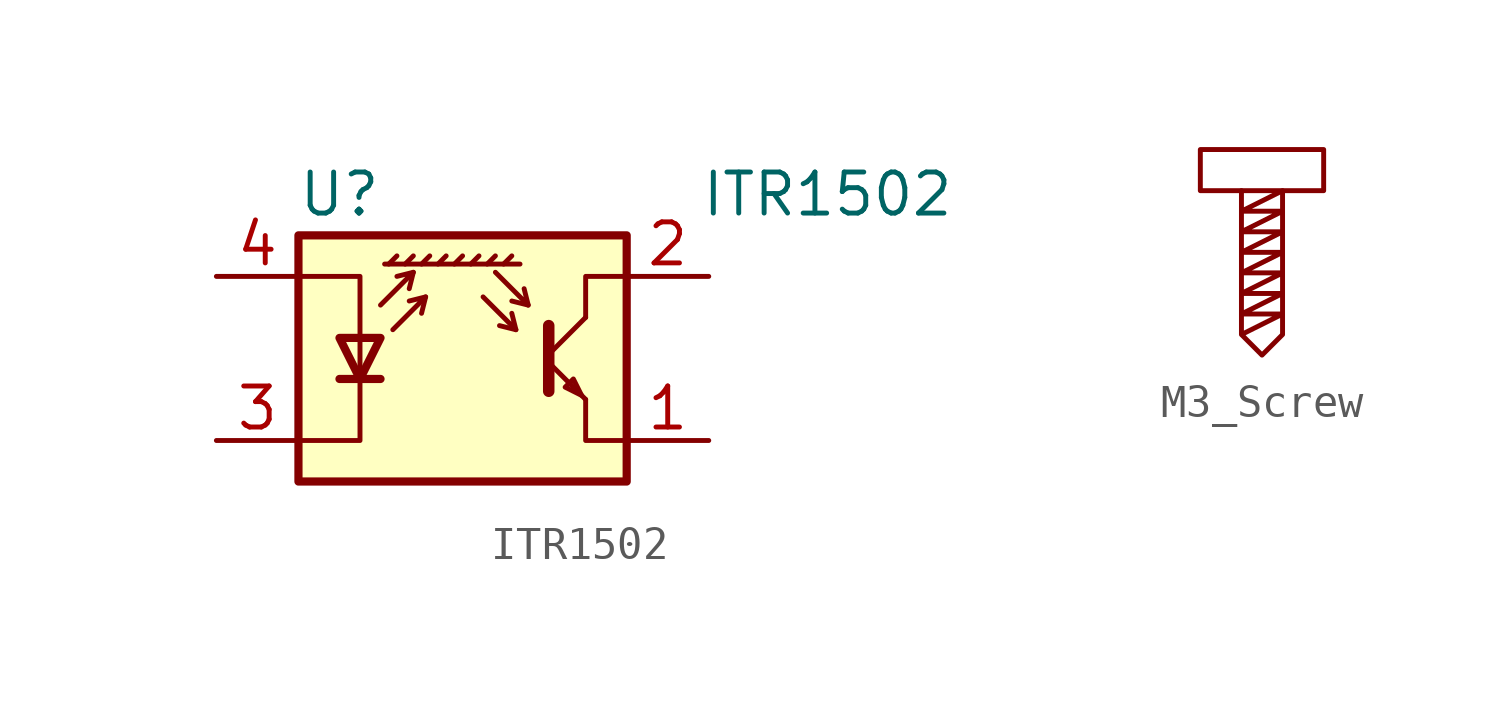
<source format=kicad_sym>
(kicad_symbol_lib
  (version 20241209)
  (generator "kicad_symbol_editor")
  (generator_version "9.0")
  (symbol "ITR1502"
    (pin_names
      (offset 0.025)
      (hide yes))
    (property "Reference" "U"
      (at -3.81 5.08 0)
      (effects (font (size 1.27 1.27))))
    (property "Value" "ITR1502"
      (at 15.24 5.08 0)
      (effects (font (size 1.27 1.27)) (justify right)))
    (symbol "ITR1502_0_1"
      (polyline (pts (xy -5.08 -2.54) (xy -3.175 -2.54) (xy -3.175 2.54) (xy -5.08 2.54)) (stroke (width 0) (type default)) (fill (type none)))
      (polyline (pts (xy -5.08 -3.81) (xy 5.08 -3.81) (xy 5.08 3.81) (xy -5.08 3.81) (xy -5.08 -3.81)) (stroke (width 0.254) (type default)) (fill (type background)))
      (polyline (pts (xy -3.81 -0.635) (xy -2.54 -0.635)) (stroke (width 0.254) (type default)) (fill (type none)))
      (polyline (pts (xy -3.175 -0.635) (xy -3.81 0.635) (xy -2.54 0.635) (xy -3.175 -0.635)) (stroke (width 0.254) (type default)) (fill (type none)))
      (polyline (pts (xy -2.54 1.651) (xy -1.524 2.667) (xy -2.032 2.54)) (stroke (width 0) (type default)) (fill (type none)))
      (polyline (pts (xy -2.286 2.921) (xy -2.032 3.175)) (stroke (width 0) (type default)) (fill (type none)))
      (polyline (pts (xy -2.159 0.889) (xy -1.143 1.905) (xy -1.651 1.778)) (stroke (width 0) (type default)) (fill (type none)))
      (polyline (pts (xy -1.778 2.921) (xy -1.524 3.175)) (stroke (width 0) (type default)) (fill (type none)))
      (polyline (pts (xy -1.524 2.667) (xy -1.651 2.159)) (stroke (width 0) (type default)) (fill (type none)))
      (polyline (pts (xy -1.27 2.921) (xy -1.016 3.175)) (stroke (width 0) (type default)) (fill (type none)))
      (polyline (pts (xy -1.143 1.905) (xy -1.27 1.397)) (stroke (width 0) (type default)) (fill (type none)))
      (polyline (pts (xy -0.762 2.921) (xy -0.508 3.175)) (stroke (width 0) (type default)) (fill (type none)))
      (polyline (pts (xy -0.254 2.921) (xy 0 3.175)) (stroke (width 0) (type default)) (fill (type none)))
      (polyline (pts (xy 0.254 2.921) (xy 0.508 3.175)) (stroke (width 0) (type default)) (fill (type none)))
      (polyline (pts (xy 0.635 1.905) (xy 1.651 0.889) (xy 1.524 1.397)) (stroke (width 0) (type default)) (fill (type none)))
      (polyline (pts (xy 0.762 2.921) (xy 1.016 3.175)) (stroke (width 0) (type default)) (fill (type none)))
      (polyline (pts (xy 1.016 2.667) (xy 2.032 1.651) (xy 1.905 2.159)) (stroke (width 0) (type default)) (fill (type none)))
      (polyline (pts (xy 1.27 2.921) (xy 1.524 3.175)) (stroke (width 0) (type default)) (fill (type none)))
      (polyline (pts (xy 1.651 0.889) (xy 1.143 1.016)) (stroke (width 0) (type default)) (fill (type none)))
      (polyline (pts (xy 1.778 2.921) (xy -2.413 2.921)) (stroke (width 0) (type default)) (fill (type none)))
      (polyline (pts (xy 2.032 1.651) (xy 1.524 1.778)) (stroke (width 0) (type default)) (fill (type none)))
      (polyline (pts (xy 2.667 1.016) (xy 2.667 -1.016) (xy 2.667 -1.016)) (stroke (width 0.356) (type default)) (fill (type none)))
      (polyline (pts (xy 2.667 0.127) (xy 3.81 1.27)) (stroke (width 0) (type default)) (fill (type none)))
      (polyline (pts (xy 2.667 -0.127) (xy 3.81 -1.27)) (stroke (width 0) (type default)) (fill (type none)))
      (polyline (pts (xy 3.683 -1.143) (xy 3.429 -0.635) (xy 3.175 -0.889) (xy 3.683 -1.143)) (stroke (width 0) (type default)) (fill (type none)))
      (polyline (pts (xy 3.81 1.27) (xy 3.81 2.54) (xy 5.08 2.54)) (stroke (width 0) (type default)) (fill (type none)))
      (polyline (pts (xy 3.81 -1.27) (xy 3.81 -2.54) (xy 5.08 -2.54)) (stroke (width 0) (type default)) (fill (type none))))
    (symbol "ITR1502_1_1"
      (pin passive line (at -7.62 2.54 0) (length 2.54) (name "A" (effects (font (size 1.27 1.27)))) (number "4" (effects (font (size 1.27 1.27)))))
      (pin passive line (at -7.62 -2.54 0) (length 2.54) (name "K" (effects (font (size 1.27 1.27)))) (number "3" (effects (font (size 1.27 1.27)))))
      (pin open_collector line (at 7.62 2.54 180) (length 2.54) (name "~" (effects (font (size 1.27 1.27)))) (number "2" (effects (font (size 1.27 1.27)))))
      (pin open_emitter line (at 7.62 -2.54 180) (length 2.54) (name "~" (effects (font (size 1.27 1.27)))) (number "1" (effects (font (size 1.27 1.27)))))))
  (symbol "M3_Screw"
    (property "Reference" "S"
      (at 0 0 0)
      (effects (font (size 1.27 1.27)) (hide yes)))
    (symbol "M3_Screw_0_1"
      (rectangle (start -1.905 2.54) (end 1.905 1.27) (stroke (width 0) (type default)) (fill (type none)))
      (polyline (pts (xy -0.635 1.27) (xy -0.635 -3.175) (xy 0 -3.81) (xy 0.635 -3.175) (xy 0.635 1.27) (xy -0.635 0.635) (xy 0 0.635) (xy 0.635 0.635) (xy -0.635 0) (xy 0.635 0) (xy -0.635 -0.635) (xy 0.635 -0.635) (xy -0.635 -1.27) (xy 0.635 -1.27) (xy -0.635 -1.905) (xy 0.635 -1.905) (xy -0.635 -2.54) (xy 0.635 -2.54) (xy -0.635 -3.175)) (stroke (width 0) (type default)) (fill (type none))))))
</source>
